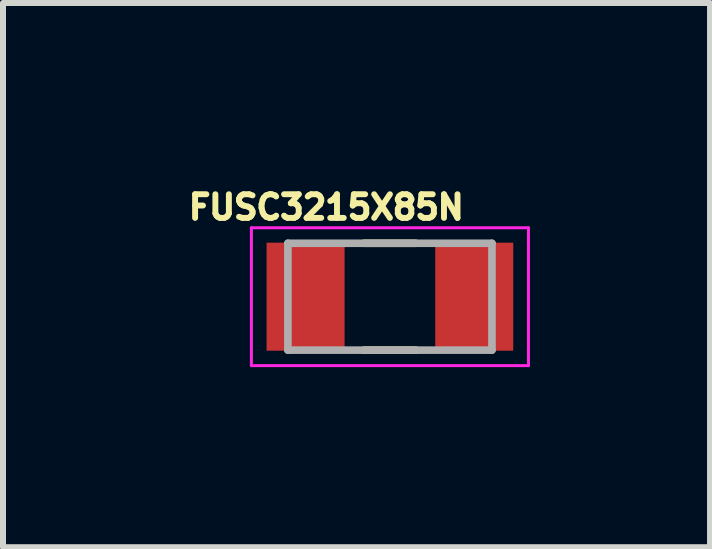
<source format=kicad_pcb>
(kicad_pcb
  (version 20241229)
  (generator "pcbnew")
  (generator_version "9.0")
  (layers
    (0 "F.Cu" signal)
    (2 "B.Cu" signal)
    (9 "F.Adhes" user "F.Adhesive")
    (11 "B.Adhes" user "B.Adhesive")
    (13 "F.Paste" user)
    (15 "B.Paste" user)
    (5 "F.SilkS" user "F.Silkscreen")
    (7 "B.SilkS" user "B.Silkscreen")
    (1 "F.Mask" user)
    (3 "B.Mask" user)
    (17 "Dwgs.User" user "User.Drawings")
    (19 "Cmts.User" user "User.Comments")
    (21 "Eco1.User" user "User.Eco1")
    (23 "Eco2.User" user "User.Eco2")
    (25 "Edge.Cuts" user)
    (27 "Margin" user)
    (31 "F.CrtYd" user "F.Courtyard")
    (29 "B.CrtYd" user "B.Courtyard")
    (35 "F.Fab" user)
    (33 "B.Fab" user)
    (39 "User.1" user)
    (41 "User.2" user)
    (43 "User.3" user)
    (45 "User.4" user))
  (footprint "FUSC3215X85N"
    (layer "F.Cu")
    (at 3.446 1.893)
    (property "Reference" "FUSC3215X85N" (at -1.06 -1.49 0) (layer "F.SilkS") (effects (font (size 0.394 0.394) (thickness 0.15))))
    (attr smd)
    (fp_line (start -0.43 -0.89) (end 0.43 -0.89) (stroke (width 0.127) (type solid)) (layer "F.SilkS"))
    (fp_line (start -0.43 0.89) (end 0.43 0.89) (stroke (width 0.127) (type solid)) (layer "F.SilkS"))
    (fp_line (start -2.308 -1.148) (end 2.308 -1.148) (stroke (width 0.05) (type solid)) (layer "F.CrtYd"))
    (fp_line (start -2.308 1.148) (end -2.308 -1.148) (stroke (width 0.05) (type solid)) (layer "F.CrtYd"))
    (fp_line (start -2.308 1.148) (end 2.308 1.148) (stroke (width 0.05) (type solid)) (layer "F.CrtYd"))
    (fp_line (start 2.308 1.148) (end 2.308 -1.148) (stroke (width 0.05) (type solid)) (layer "F.CrtYd"))
    (fp_line (start -1.7 0.89) (end -1.7 -0.89) (stroke (width 0.127) (type solid)) (layer "F.Fab"))
    (fp_line (start 1.7 -0.89) (end -1.7 -0.89) (stroke (width 0.127) (type solid)) (layer "F.Fab"))
    (fp_line (start 1.7 0.89) (end -1.7 0.89) (stroke (width 0.127) (type solid)) (layer "F.Fab"))
    (fp_line (start 1.7 0.89) (end 1.7 -0.89) (stroke (width 0.127) (type solid)) (layer "F.Fab"))
    (pad "1" smd rect (at -1.405 0) (size 1.3 1.8) (layers "F.Cu" "F.Mask" "F.Paste"))
    (pad "2" smd rect (at 1.405 0) (size 1.3 1.8) (layers "F.Cu" "F.Mask" "F.Paste")))
  (gr_rect
    (start -3 -3)
    (end 8.779 6.066)
    (stroke (width 0.1) (type default))
    (fill no)
    (layer "Edge.Cuts")))
</source>
